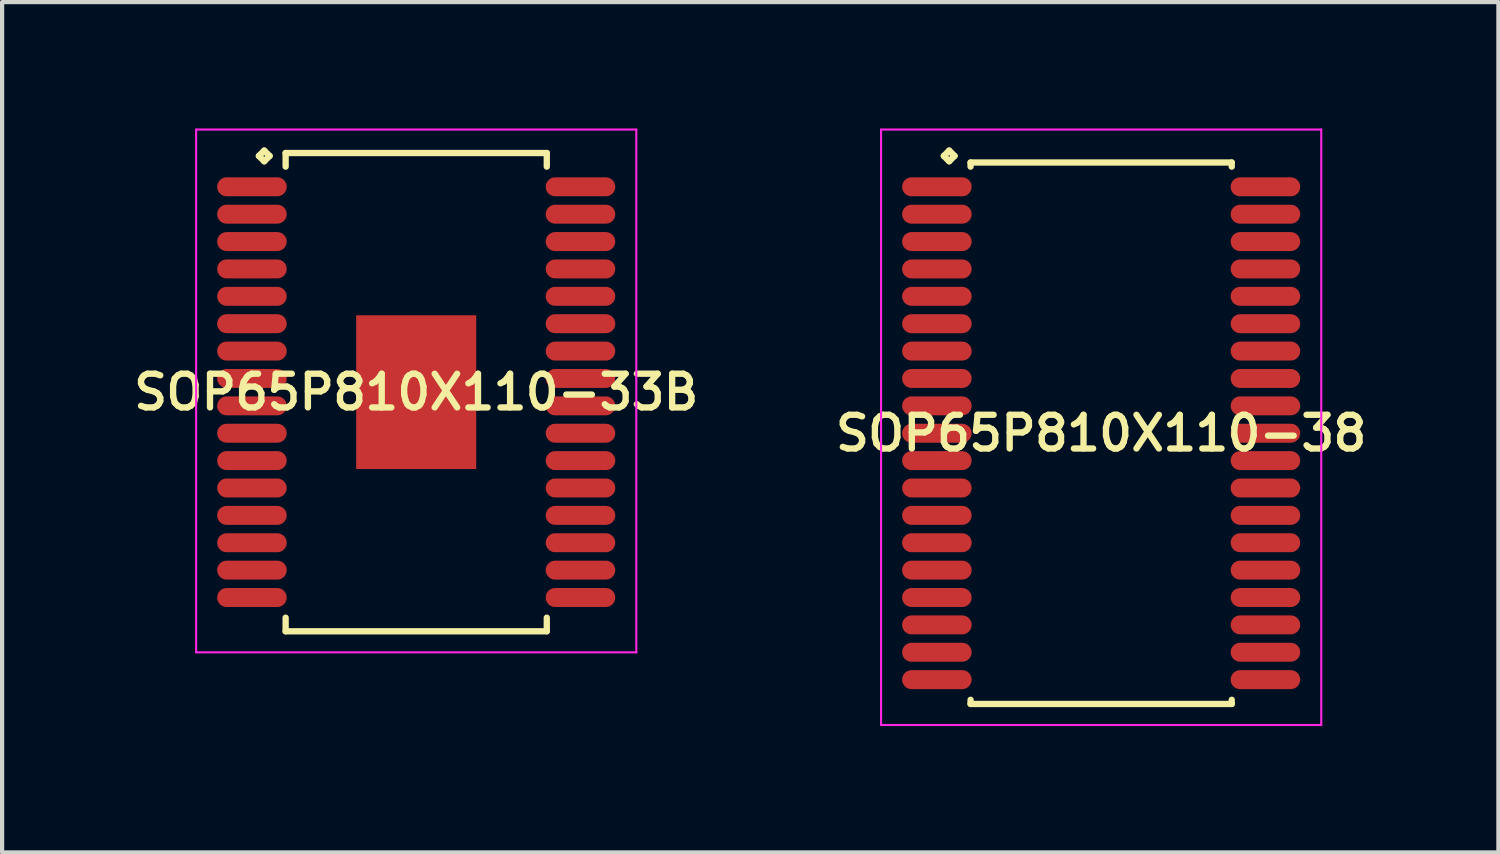
<source format=kicad_pcb>
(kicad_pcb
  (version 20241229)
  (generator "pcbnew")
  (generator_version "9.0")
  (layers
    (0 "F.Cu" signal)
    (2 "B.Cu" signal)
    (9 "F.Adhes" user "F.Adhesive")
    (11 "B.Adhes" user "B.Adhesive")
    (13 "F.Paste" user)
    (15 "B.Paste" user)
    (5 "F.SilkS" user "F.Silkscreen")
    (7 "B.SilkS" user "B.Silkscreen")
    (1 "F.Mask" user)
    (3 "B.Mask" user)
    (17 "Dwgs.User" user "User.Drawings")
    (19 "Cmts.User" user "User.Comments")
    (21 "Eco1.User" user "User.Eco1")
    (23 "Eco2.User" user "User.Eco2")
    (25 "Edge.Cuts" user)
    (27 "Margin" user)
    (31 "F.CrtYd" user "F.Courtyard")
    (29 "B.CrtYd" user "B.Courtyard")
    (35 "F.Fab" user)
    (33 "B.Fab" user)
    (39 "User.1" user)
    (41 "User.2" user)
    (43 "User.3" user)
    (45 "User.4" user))
  (footprint "SOP65P810X110-38"
    (layer "F.Cu")
    (at 23.092 7.235)
    (property "Reference" "SOP65P810X110-38" (at 0 0 0) (layer "F.SilkS") (effects (font (size 0.8 0.8) (thickness 0.15))))
    (attr smd)
    (fp_line (start -3.735 -6.583) (end -3.608 -6.71) (stroke (width 0.15) (type solid)) (layer "F.SilkS"))
    (fp_line (start -3.608 -6.71) (end -3.481 -6.583) (stroke (width 0.15) (type solid)) (layer "F.SilkS"))
    (fp_line (start -3.608 -6.456) (end -3.735 -6.583) (stroke (width 0.15) (type solid)) (layer "F.SilkS"))
    (fp_line (start -3.481 -6.583) (end -3.608 -6.456) (stroke (width 0.15) (type solid)) (layer "F.SilkS"))
    (fp_line (start -3.1 -6.427) (end 3.1 -6.427) (stroke (width 0.15) (type solid)) (layer "F.SilkS"))
    (fp_line (start -3.1 -6.329) (end -3.1 -6.427) (stroke (width 0.15) (type solid)) (layer "F.SilkS"))
    (fp_line (start -3.1 6.329) (end -3.1 6.427) (stroke (width 0.15) (type solid)) (layer "F.SilkS"))
    (fp_line (start -3.1 6.427) (end 3.1 6.427) (stroke (width 0.15) (type solid)) (layer "F.SilkS"))
    (fp_line (start 3.1 -6.427) (end 3.1 -6.329) (stroke (width 0.15) (type solid)) (layer "F.SilkS"))
    (fp_line (start 3.1 6.427) (end 3.1 6.329) (stroke (width 0.15) (type solid)) (layer "F.SilkS"))
    (fp_line (start -5.225 -7.21) (end 5.225 -7.21) (stroke (width 0.05) (type solid)) (layer "F.CrtYd"))
    (fp_line (start -5.225 6.927) (end -5.225 -7.21) (stroke (width 0.05) (type solid)) (layer "F.CrtYd"))
    (fp_line (start 5.225 -7.21) (end 5.225 6.927) (stroke (width 0.05) (type solid)) (layer "F.CrtYd"))
    (fp_line (start 5.225 6.927) (end -5.225 6.927) (stroke (width 0.05) (type solid)) (layer "F.CrtYd"))
    (pad "1" smd oval (at -3.9 -5.85) (size 1.65 0.45) (layers "F.Cu" "F.Mask" "F.Paste"))
    (pad "2" smd oval (at -3.9 -5.2) (size 1.65 0.45) (layers "F.Cu" "F.Mask" "F.Paste"))
    (pad "3" smd oval (at -3.9 -4.55) (size 1.65 0.45) (layers "F.Cu" "F.Mask" "F.Paste"))
    (pad "4" smd oval (at -3.9 -3.9) (size 1.65 0.45) (layers "F.Cu" "F.Mask" "F.Paste"))
    (pad "5" smd oval (at -3.9 -3.25) (size 1.65 0.45) (layers "F.Cu" "F.Mask" "F.Paste"))
    (pad "6" smd oval (at -3.9 -2.6) (size 1.65 0.45) (layers "F.Cu" "F.Mask" "F.Paste"))
    (pad "7" smd oval (at -3.9 -1.95) (size 1.65 0.45) (layers "F.Cu" "F.Mask" "F.Paste"))
    (pad "8" smd oval (at -3.9 -1.3) (size 1.65 0.45) (layers "F.Cu" "F.Mask" "F.Paste"))
    (pad "9" smd oval (at -3.9 -0.65) (size 1.65 0.45) (layers "F.Cu" "F.Mask" "F.Paste"))
    (pad "10" smd oval (at -3.9 0) (size 1.65 0.45) (layers "F.Cu" "F.Mask" "F.Paste"))
    (pad "11" smd oval (at -3.9 0.65) (size 1.65 0.45) (layers "F.Cu" "F.Mask" "F.Paste"))
    (pad "12" smd oval (at -3.9 1.3) (size 1.65 0.45) (layers "F.Cu" "F.Mask" "F.Paste"))
    (pad "13" smd oval (at -3.9 1.95) (size 1.65 0.45) (layers "F.Cu" "F.Mask" "F.Paste"))
    (pad "14" smd oval (at -3.9 2.6) (size 1.65 0.45) (layers "F.Cu" "F.Mask" "F.Paste"))
    (pad "15" smd oval (at -3.9 3.25) (size 1.65 0.45) (layers "F.Cu" "F.Mask" "F.Paste"))
    (pad "16" smd oval (at -3.9 3.9) (size 1.65 0.45) (layers "F.Cu" "F.Mask" "F.Paste"))
    (pad "17" smd oval (at -3.9 4.55) (size 1.65 0.45) (layers "F.Cu" "F.Mask" "F.Paste"))
    (pad "18" smd oval (at -3.9 5.2) (size 1.65 0.45) (layers "F.Cu" "F.Mask" "F.Paste"))
    (pad "19" smd oval (at -3.9 5.85) (size 1.65 0.45) (layers "F.Cu" "F.Mask" "F.Paste"))
    (pad "20" smd oval (at 3.9 5.85) (size 1.65 0.45) (layers "F.Cu" "F.Mask" "F.Paste"))
    (pad "21" smd oval (at 3.9 5.2) (size 1.65 0.45) (layers "F.Cu" "F.Mask" "F.Paste"))
    (pad "22" smd oval (at 3.9 4.55) (size 1.65 0.45) (layers "F.Cu" "F.Mask" "F.Paste"))
    (pad "23" smd oval (at 3.9 3.9) (size 1.65 0.45) (layers "F.Cu" "F.Mask" "F.Paste"))
    (pad "24" smd oval (at 3.9 3.25) (size 1.65 0.45) (layers "F.Cu" "F.Mask" "F.Paste"))
    (pad "25" smd oval (at 3.9 2.6) (size 1.65 0.45) (layers "F.Cu" "F.Mask" "F.Paste"))
    (pad "26" smd oval (at 3.9 1.95) (size 1.65 0.45) (layers "F.Cu" "F.Mask" "F.Paste"))
    (pad "27" smd oval (at 3.9 1.3) (size 1.65 0.45) (layers "F.Cu" "F.Mask" "F.Paste"))
    (pad "28" smd oval (at 3.9 0.65) (size 1.65 0.45) (layers "F.Cu" "F.Mask" "F.Paste"))
    (pad "29" smd oval (at 3.9 0) (size 1.65 0.45) (layers "F.Cu" "F.Mask" "F.Paste"))
    (pad "30" smd oval (at 3.9 -0.65) (size 1.65 0.45) (layers "F.Cu" "F.Mask" "F.Paste"))
    (pad "31" smd oval (at 3.9 -1.3) (size 1.65 0.45) (layers "F.Cu" "F.Mask" "F.Paste"))
    (pad "32" smd oval (at 3.9 -1.95) (size 1.65 0.45) (layers "F.Cu" "F.Mask" "F.Paste"))
    (pad "33" smd oval (at 3.9 -2.6) (size 1.65 0.45) (layers "F.Cu" "F.Mask" "F.Paste"))
    (pad "34" smd oval (at 3.9 -3.25) (size 1.65 0.45) (layers "F.Cu" "F.Mask" "F.Paste"))
    (pad "35" smd oval (at 3.9 -3.9) (size 1.65 0.45) (layers "F.Cu" "F.Mask" "F.Paste"))
    (pad "36" smd oval (at 3.9 -4.55) (size 1.65 0.45) (layers "F.Cu" "F.Mask" "F.Paste"))
    (pad "37" smd oval (at 3.9 -5.2) (size 1.65 0.45) (layers "F.Cu" "F.Mask" "F.Paste"))
    (pad "38" smd oval (at 3.9 -5.85) (size 1.65 0.45) (layers "F.Cu" "F.Mask" "F.Paste")))
  (footprint "SOP65P810X110-33B"
    (layer "F.Cu")
    (at 6.831 6.26)
    (property "Reference" "SOP65P810X110-33B" (at 0 0 0) (layer "F.SilkS") (effects (font (size 0.8 0.8) (thickness 0.15))))
    (attr smd)
    (fp_line (start -3.735 -5.608) (end -3.608 -5.735) (stroke (width 0.15) (type solid)) (layer "F.SilkS"))
    (fp_line (start -3.608 -5.735) (end -3.481 -5.608) (stroke (width 0.15) (type solid)) (layer "F.SilkS"))
    (fp_line (start -3.608 -5.481) (end -3.735 -5.608) (stroke (width 0.15) (type solid)) (layer "F.SilkS"))
    (fp_line (start -3.481 -5.608) (end -3.608 -5.481) (stroke (width 0.15) (type solid)) (layer "F.SilkS"))
    (fp_line (start -3.1 -5.677) (end 3.1 -5.677) (stroke (width 0.15) (type solid)) (layer "F.SilkS"))
    (fp_line (start -3.1 -5.354) (end -3.1 -5.677) (stroke (width 0.15) (type solid)) (layer "F.SilkS"))
    (fp_line (start -3.1 5.354) (end -3.1 5.677) (stroke (width 0.15) (type solid)) (layer "F.SilkS"))
    (fp_line (start -3.1 5.677) (end 3.1 5.677) (stroke (width 0.15) (type solid)) (layer "F.SilkS"))
    (fp_line (start 3.1 -5.677) (end 3.1 -5.354) (stroke (width 0.15) (type solid)) (layer "F.SilkS"))
    (fp_line (start 3.1 5.677) (end 3.1 5.354) (stroke (width 0.15) (type solid)) (layer "F.SilkS"))
    (fp_line (start -5.225 -6.235) (end 5.225 -6.235) (stroke (width 0.05) (type solid)) (layer "F.CrtYd"))
    (fp_line (start -5.225 6.177) (end -5.225 -6.235) (stroke (width 0.05) (type solid)) (layer "F.CrtYd"))
    (fp_line (start 5.225 -6.235) (end 5.225 6.177) (stroke (width 0.05) (type solid)) (layer "F.CrtYd"))
    (fp_line (start 5.225 6.177) (end -5.225 6.177) (stroke (width 0.05) (type solid)) (layer "F.CrtYd"))
    (pad "1" smd oval (at -3.9 -4.875) (size 1.65 0.45) (layers "F.Cu" "F.Mask" "F.Paste"))
    (pad "2" smd oval (at -3.9 -4.225) (size 1.65 0.45) (layers "F.Cu" "F.Mask" "F.Paste"))
    (pad "3" smd oval (at -3.9 -3.575) (size 1.65 0.45) (layers "F.Cu" "F.Mask" "F.Paste"))
    (pad "4" smd oval (at -3.9 -2.925) (size 1.65 0.45) (layers "F.Cu" "F.Mask" "F.Paste"))
    (pad "5" smd oval (at -3.9 -2.275) (size 1.65 0.45) (layers "F.Cu" "F.Mask" "F.Paste"))
    (pad "6" smd oval (at -3.9 -1.625) (size 1.65 0.45) (layers "F.Cu" "F.Mask" "F.Paste"))
    (pad "7" smd oval (at -3.9 -0.975) (size 1.65 0.45) (layers "F.Cu" "F.Mask" "F.Paste"))
    (pad "8" smd oval (at -3.9 -0.325) (size 1.65 0.45) (layers "F.Cu" "F.Mask" "F.Paste"))
    (pad "9" smd oval (at -3.9 0.325) (size 1.65 0.45) (layers "F.Cu" "F.Mask" "F.Paste"))
    (pad "10" smd oval (at -3.9 0.975) (size 1.65 0.45) (layers "F.Cu" "F.Mask" "F.Paste"))
    (pad "11" smd oval (at -3.9 1.625) (size 1.65 0.45) (layers "F.Cu" "F.Mask" "F.Paste"))
    (pad "12" smd oval (at -3.9 2.275) (size 1.65 0.45) (layers "F.Cu" "F.Mask" "F.Paste"))
    (pad "13" smd oval (at -3.9 2.925) (size 1.65 0.45) (layers "F.Cu" "F.Mask" "F.Paste"))
    (pad "14" smd oval (at -3.9 3.575) (size 1.65 0.45) (layers "F.Cu" "F.Mask" "F.Paste"))
    (pad "15" smd oval (at -3.9 4.225) (size 1.65 0.45) (layers "F.Cu" "F.Mask" "F.Paste"))
    (pad "16" smd oval (at -3.9 4.875) (size 1.65 0.45) (layers "F.Cu" "F.Mask" "F.Paste"))
    (pad "17" smd oval (at 3.9 4.875) (size 1.65 0.45) (layers "F.Cu" "F.Mask" "F.Paste"))
    (pad "18" smd oval (at 3.9 4.225) (size 1.65 0.45) (layers "F.Cu" "F.Mask" "F.Paste"))
    (pad "19" smd oval (at 3.9 3.575) (size 1.65 0.45) (layers "F.Cu" "F.Mask" "F.Paste"))
    (pad "20" smd oval (at 3.9 2.925) (size 1.65 0.45) (layers "F.Cu" "F.Mask" "F.Paste"))
    (pad "21" smd oval (at 3.9 2.275) (size 1.65 0.45) (layers "F.Cu" "F.Mask" "F.Paste"))
    (pad "22" smd oval (at 3.9 1.625) (size 1.65 0.45) (layers "F.Cu" "F.Mask" "F.Paste"))
    (pad "23" smd oval (at 3.9 0.975) (size 1.65 0.45) (layers "F.Cu" "F.Mask" "F.Paste"))
    (pad "24" smd oval (at 3.9 0.325) (size 1.65 0.45) (layers "F.Cu" "F.Mask" "F.Paste"))
    (pad "25" smd oval (at 3.9 -0.325) (size 1.65 0.45) (layers "F.Cu" "F.Mask" "F.Paste"))
    (pad "26" smd oval (at 3.9 -0.975) (size 1.65 0.45) (layers "F.Cu" "F.Mask" "F.Paste"))
    (pad "27" smd oval (at 3.9 -1.625) (size 1.65 0.45) (layers "F.Cu" "F.Mask" "F.Paste"))
    (pad "28" smd oval (at 3.9 -2.275) (size 1.65 0.45) (layers "F.Cu" "F.Mask" "F.Paste"))
    (pad "29" smd oval (at 3.9 -2.925) (size 1.65 0.45) (layers "F.Cu" "F.Mask" "F.Paste"))
    (pad "30" smd oval (at 3.9 -3.575) (size 1.65 0.45) (layers "F.Cu" "F.Mask" "F.Paste"))
    (pad "31" smd oval (at 3.9 -4.225) (size 1.65 0.45) (layers "F.Cu" "F.Mask" "F.Paste"))
    (pad "32" smd oval (at 3.9 -4.875) (size 1.65 0.45) (layers "F.Cu" "F.Mask" "F.Paste"))
    (pad "33" smd rect (at 0 0) (size 2.85 3.65) (layers "F.Cu" "F.Mask" "F.Paste")))
  (gr_rect
    (start -3 -3)
    (end 32.523 17.187)
    (stroke (width 0.1) (type default))
    (fill no)
    (layer "Edge.Cuts")))
</source>
